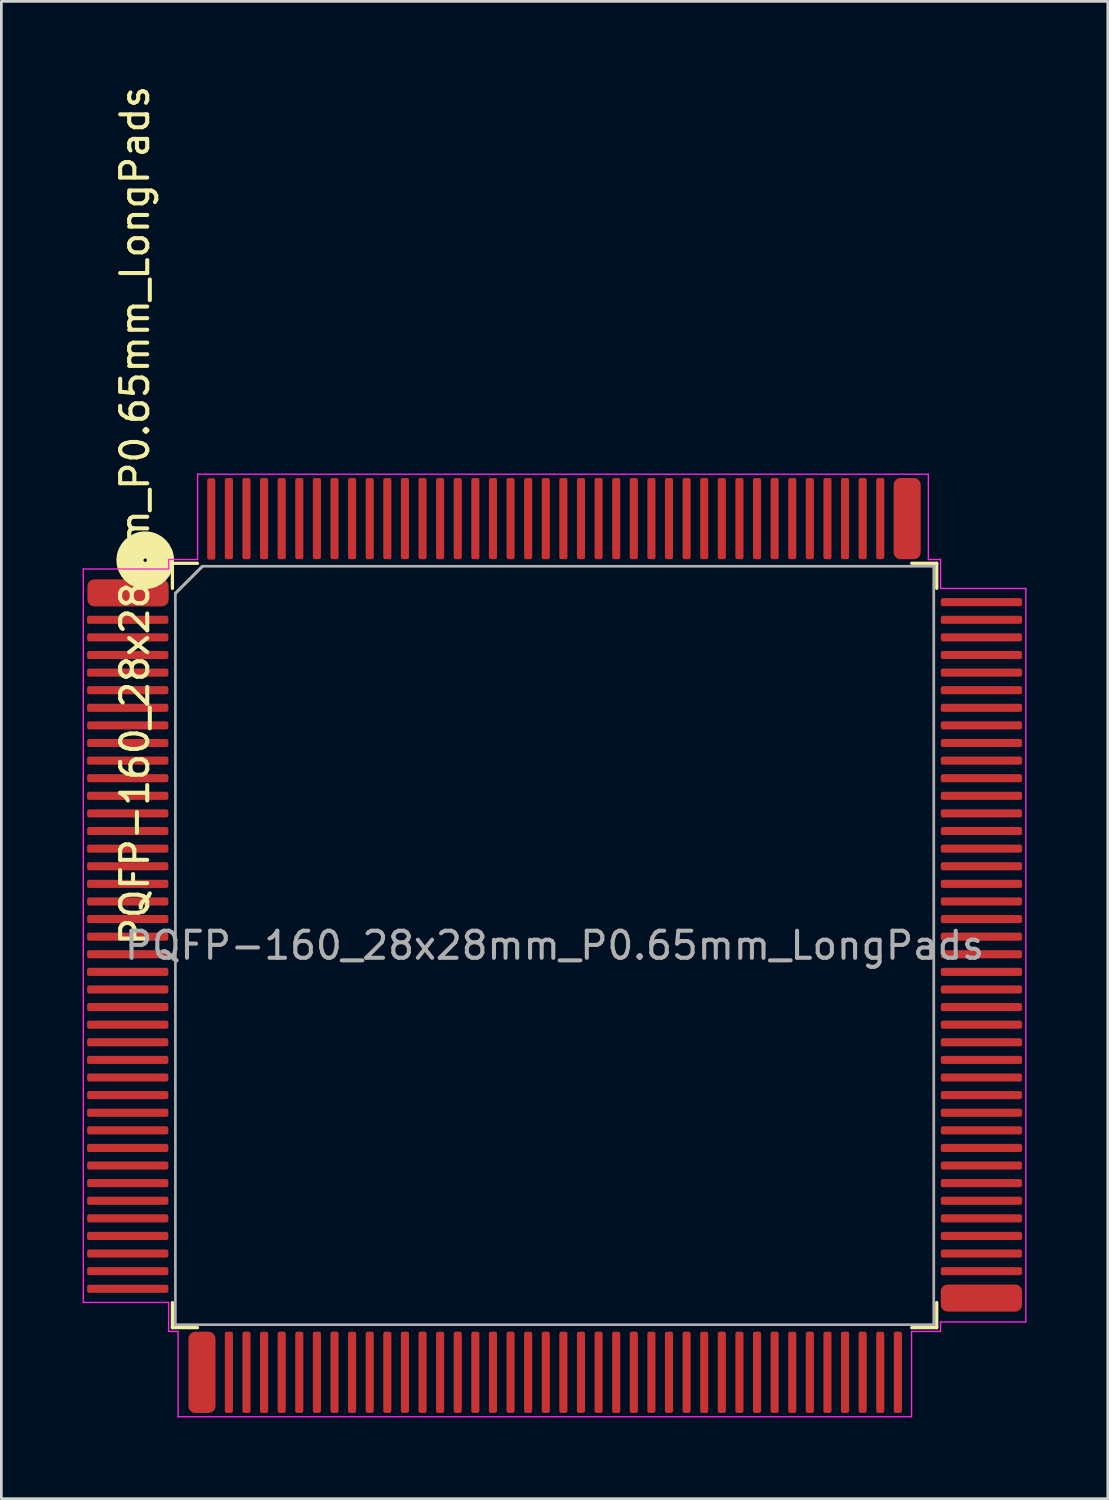
<source format=kicad_pcb>
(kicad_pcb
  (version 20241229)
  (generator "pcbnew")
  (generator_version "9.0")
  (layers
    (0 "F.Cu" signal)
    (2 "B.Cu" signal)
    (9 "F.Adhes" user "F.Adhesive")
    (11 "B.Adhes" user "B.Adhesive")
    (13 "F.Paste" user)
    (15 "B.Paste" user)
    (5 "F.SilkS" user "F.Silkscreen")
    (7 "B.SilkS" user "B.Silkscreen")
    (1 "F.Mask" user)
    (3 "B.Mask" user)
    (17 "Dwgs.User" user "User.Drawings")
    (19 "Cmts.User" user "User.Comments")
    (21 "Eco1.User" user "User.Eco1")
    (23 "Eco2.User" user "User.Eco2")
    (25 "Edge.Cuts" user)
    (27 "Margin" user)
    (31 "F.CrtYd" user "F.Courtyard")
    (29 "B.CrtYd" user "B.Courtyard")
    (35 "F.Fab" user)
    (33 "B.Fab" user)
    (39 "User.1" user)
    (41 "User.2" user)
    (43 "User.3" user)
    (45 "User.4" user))
  (footprint "PQFP-160_28x28mm_P0.65mm_LongPads"
    (layer "F.Cu")
    (at 17.425 31.857)
    (property "Reference" "PQFP-160_28x28mm_P0.65mm_LongPads" (at -15.494 -15.875 90) (layer "F.SilkS") (effects (font (size 1 1) (thickness 0.15))))
    (attr smd)
    (fp_line (start -14.11 -14.11) (end -14.11 -13.185) (stroke (width 0.12) (type solid)) (layer "F.SilkS"))
    (fp_line (start -14.11 14.11) (end -14.11 13.185) (stroke (width 0.12) (type solid)) (layer "F.SilkS"))
    (fp_line (start -14 -13) (end -13 -14) (stroke (width 0.1) (type solid)) (layer "F.SilkS"))
    (fp_line (start -13.185 -14.11) (end -14.11 -14.11) (stroke (width 0.12) (type solid)) (layer "F.SilkS"))
    (fp_line (start -13.185 14.11) (end -14.11 14.11) (stroke (width 0.12) (type solid)) (layer "F.SilkS"))
    (fp_line (start 13.185 -14.11) (end 14.11 -14.11) (stroke (width 0.12) (type solid)) (layer "F.SilkS"))
    (fp_line (start 13.185 14.11) (end 14.11 14.11) (stroke (width 0.12) (type solid)) (layer "F.SilkS"))
    (fp_line (start 14.11 -14.11) (end 14.11 -13.185) (stroke (width 0.12) (type solid)) (layer "F.SilkS"))
    (fp_line (start 14.11 14.11) (end 14.11 13.185) (stroke (width 0.12) (type solid)) (layer "F.SilkS"))
    (fp_circle (center -15.113 -14.224) (end -15.05 -14.224) (stroke (width 1) (type solid)) (fill no) (layer "F.SilkS"))
    (fp_line (start -17.4 -13.9) (end -17.4 0) (stroke (width 0.05) (type solid)) (layer "F.CrtYd"))
    (fp_line (start -17.4 13.18) (end -17.4 0) (stroke (width 0.05) (type solid)) (layer "F.CrtYd"))
    (fp_line (start -14.25 -14.25) (end -14.25 -13.9) (stroke (width 0.05) (type solid)) (layer "F.CrtYd"))
    (fp_line (start -14.25 -13.9) (end -17.4 -13.9) (stroke (width 0.05) (type solid)) (layer "F.CrtYd"))
    (fp_line (start -14.25 13.18) (end -17.4 13.18) (stroke (width 0.05) (type solid)) (layer "F.CrtYd"))
    (fp_line (start -14.25 14.25) (end -14.25 13.18) (stroke (width 0.05) (type solid)) (layer "F.CrtYd"))
    (fp_line (start -13.9 14.25) (end -14.25 14.25) (stroke (width 0.05) (type solid)) (layer "F.CrtYd"))
    (fp_line (start -13.9 17.4) (end -13.9 14.25) (stroke (width 0.05) (type solid)) (layer "F.CrtYd"))
    (fp_line (start -13.18 -17.4) (end -13.18 -14.25) (stroke (width 0.05) (type solid)) (layer "F.CrtYd"))
    (fp_line (start -13.18 -14.25) (end -14.25 -14.25) (stroke (width 0.05) (type solid)) (layer "F.CrtYd"))
    (fp_line (start 0 -17.4) (end -13.18 -17.4) (stroke (width 0.05) (type solid)) (layer "F.CrtYd"))
    (fp_line (start 0 -17.4) (end 13.8 -17.4) (stroke (width 0.05) (type solid)) (layer "F.CrtYd"))
    (fp_line (start 0 17.4) (end -13.9 17.4) (stroke (width 0.05) (type solid)) (layer "F.CrtYd"))
    (fp_line (start 0 17.4) (end 13.18 17.4) (stroke (width 0.05) (type solid)) (layer "F.CrtYd"))
    (fp_line (start 13.18 14.25) (end 14.25 14.25) (stroke (width 0.05) (type solid)) (layer "F.CrtYd"))
    (fp_line (start 13.18 17.4) (end 13.18 14.25) (stroke (width 0.05) (type solid)) (layer "F.CrtYd"))
    (fp_line (start 13.8 -17.4) (end 13.8 -14.25) (stroke (width 0.05) (type solid)) (layer "F.CrtYd"))
    (fp_line (start 13.8 -14.25) (end 14.25 -14.25) (stroke (width 0.05) (type solid)) (layer "F.CrtYd"))
    (fp_line (start 14.25 -14.25) (end 14.25 -13.18) (stroke (width 0.05) (type solid)) (layer "F.CrtYd"))
    (fp_line (start 14.25 -13.18) (end 17.4 -13.18) (stroke (width 0.05) (type solid)) (layer "F.CrtYd"))
    (fp_line (start 14.25 13.9) (end 17.4 13.9) (stroke (width 0.05) (type solid)) (layer "F.CrtYd"))
    (fp_line (start 14.25 14.25) (end 14.25 13.9) (stroke (width 0.05) (type solid)) (layer "F.CrtYd"))
    (fp_line (start 17.4 -13.18) (end 17.4 0) (stroke (width 0.05) (type solid)) (layer "F.CrtYd"))
    (fp_line (start 17.4 13.9) (end 17.4 0) (stroke (width 0.05) (type solid)) (layer "F.CrtYd"))
    (fp_line (start -14 -13) (end -13 -14) (stroke (width 0.1) (type solid)) (layer "F.Fab"))
    (fp_line (start -14 14) (end -14 -13) (stroke (width 0.1) (type solid)) (layer "F.Fab"))
    (fp_line (start -13 -14) (end 14 -14) (stroke (width 0.1) (type solid)) (layer "F.Fab"))
    (fp_line (start 14 -14) (end 14 14) (stroke (width 0.1) (type solid)) (layer "F.Fab"))
    (fp_line (start 14 14) (end -14 14) (stroke (width 0.1) (type solid)) (layer "F.Fab"))
    (fp_text user "${REFERENCE}" (at 0 0 180) (layer "F.Fab") (effects (font (size 1 1) (thickness 0.15))))
    (pad "1" smd roundrect (at -15.748 -13.018) (size 3 1) (layers "F.Cu" "F.Mask" "F.Paste") (roundrect_rratio 0.25))
    (pad "2" smd roundrect (at -15.76 -12.025) (size 3 0.3) (layers "F.Cu" "F.Mask" "F.Paste") (roundrect_rratio 0.25))
    (pad "3" smd roundrect (at -15.76 -11.375) (size 3 0.3) (layers "F.Cu" "F.Mask" "F.Paste") (roundrect_rratio 0.25))
    (pad "4" smd roundrect (at -15.76 -10.725) (size 3 0.3) (layers "F.Cu" "F.Mask" "F.Paste") (roundrect_rratio 0.25))
    (pad "5" smd roundrect (at -15.76 -10.075) (size 3 0.3) (layers "F.Cu" "F.Mask" "F.Paste") (roundrect_rratio 0.25))
    (pad "6" smd roundrect (at -15.76 -9.425) (size 3 0.3) (layers "F.Cu" "F.Mask" "F.Paste") (roundrect_rratio 0.25))
    (pad "7" smd roundrect (at -15.76 -8.775) (size 3 0.3) (layers "F.Cu" "F.Mask" "F.Paste") (roundrect_rratio 0.25))
    (pad "8" smd roundrect (at -15.76 -8.125) (size 3 0.3) (layers "F.Cu" "F.Mask" "F.Paste") (roundrect_rratio 0.25))
    (pad "9" smd roundrect (at -15.76 -7.475) (size 3 0.3) (layers "F.Cu" "F.Mask" "F.Paste") (roundrect_rratio 0.25))
    (pad "10" smd roundrect (at -15.76 -6.825) (size 3 0.3) (layers "F.Cu" "F.Mask" "F.Paste") (roundrect_rratio 0.25))
    (pad "11" smd roundrect (at -15.76 -6.175) (size 3 0.3) (layers "F.Cu" "F.Mask" "F.Paste") (roundrect_rratio 0.25))
    (pad "12" smd roundrect (at -15.76 -5.525) (size 3 0.3) (layers "F.Cu" "F.Mask" "F.Paste") (roundrect_rratio 0.25))
    (pad "13" smd roundrect (at -15.76 -4.875) (size 3 0.3) (layers "F.Cu" "F.Mask" "F.Paste") (roundrect_rratio 0.25))
    (pad "14" smd roundrect (at -15.76 -4.225) (size 3 0.3) (layers "F.Cu" "F.Mask" "F.Paste") (roundrect_rratio 0.25))
    (pad "15" smd roundrect (at -15.76 -3.575) (size 3 0.3) (layers "F.Cu" "F.Mask" "F.Paste") (roundrect_rratio 0.25))
    (pad "16" smd roundrect (at -15.76 -2.925) (size 3 0.3) (layers "F.Cu" "F.Mask" "F.Paste") (roundrect_rratio 0.25))
    (pad "17" smd roundrect (at -15.76 -2.275) (size 3 0.3) (layers "F.Cu" "F.Mask" "F.Paste") (roundrect_rratio 0.25))
    (pad "18" smd roundrect (at -15.76 -1.625) (size 3 0.3) (layers "F.Cu" "F.Mask" "F.Paste") (roundrect_rratio 0.25))
    (pad "19" smd roundrect (at -15.76 -0.975) (size 3 0.3) (layers "F.Cu" "F.Mask" "F.Paste") (roundrect_rratio 0.25))
    (pad "20" smd roundrect (at -15.76 -0.325) (size 3 0.3) (layers "F.Cu" "F.Mask" "F.Paste") (roundrect_rratio 0.25))
    (pad "21" smd roundrect (at -15.76 0.325) (size 3 0.3) (layers "F.Cu" "F.Mask" "F.Paste") (roundrect_rratio 0.25))
    (pad "22" smd roundrect (at -15.76 0.975) (size 3 0.3) (layers "F.Cu" "F.Mask" "F.Paste") (roundrect_rratio 0.25))
    (pad "23" smd roundrect (at -15.76 1.625) (size 3 0.3) (layers "F.Cu" "F.Mask" "F.Paste") (roundrect_rratio 0.25))
    (pad "24" smd roundrect (at -15.76 2.275) (size 3 0.3) (layers "F.Cu" "F.Mask" "F.Paste") (roundrect_rratio 0.25))
    (pad "25" smd roundrect (at -15.76 2.925) (size 3 0.3) (layers "F.Cu" "F.Mask" "F.Paste") (roundrect_rratio 0.25))
    (pad "26" smd roundrect (at -15.76 3.575) (size 3 0.3) (layers "F.Cu" "F.Mask" "F.Paste") (roundrect_rratio 0.25))
    (pad "27" smd roundrect (at -15.76 4.225) (size 3 0.3) (layers "F.Cu" "F.Mask" "F.Paste") (roundrect_rratio 0.25))
    (pad "28" smd roundrect (at -15.76 4.875) (size 3 0.3) (layers "F.Cu" "F.Mask" "F.Paste") (roundrect_rratio 0.25))
    (pad "29" smd roundrect (at -15.76 5.525) (size 3 0.3) (layers "F.Cu" "F.Mask" "F.Paste") (roundrect_rratio 0.25))
    (pad "30" smd roundrect (at -15.76 6.175) (size 3 0.3) (layers "F.Cu" "F.Mask" "F.Paste") (roundrect_rratio 0.25))
    (pad "31" smd roundrect (at -15.76 6.825) (size 3 0.3) (layers "F.Cu" "F.Mask" "F.Paste") (roundrect_rratio 0.25))
    (pad "32" smd roundrect (at -15.76 7.475) (size 3 0.3) (layers "F.Cu" "F.Mask" "F.Paste") (roundrect_rratio 0.25))
    (pad "33" smd roundrect (at -15.76 8.125) (size 3 0.3) (layers "F.Cu" "F.Mask" "F.Paste") (roundrect_rratio 0.25))
    (pad "34" smd roundrect (at -15.76 8.775) (size 3 0.3) (layers "F.Cu" "F.Mask" "F.Paste") (roundrect_rratio 0.25))
    (pad "35" smd roundrect (at -15.76 9.425) (size 3 0.3) (layers "F.Cu" "F.Mask" "F.Paste") (roundrect_rratio 0.25))
    (pad "36" smd roundrect (at -15.76 10.075) (size 3 0.3) (layers "F.Cu" "F.Mask" "F.Paste") (roundrect_rratio 0.25))
    (pad "37" smd roundrect (at -15.76 10.725) (size 3 0.3) (layers "F.Cu" "F.Mask" "F.Paste") (roundrect_rratio 0.25))
    (pad "38" smd roundrect (at -15.76 11.375) (size 3 0.3) (layers "F.Cu" "F.Mask" "F.Paste") (roundrect_rratio 0.25))
    (pad "39" smd roundrect (at -15.76 12.025) (size 3 0.3) (layers "F.Cu" "F.Mask" "F.Paste") (roundrect_rratio 0.25))
    (pad "40" smd roundrect (at -15.76 12.675) (size 3 0.3) (layers "F.Cu" "F.Mask" "F.Paste") (roundrect_rratio 0.25))
    (pad "41" smd roundrect (at -13.018 15.76) (size 1 3) (layers "F.Cu" "F.Mask" "F.Paste") (roundrect_rratio 0.25))
    (pad "42" smd roundrect (at -12.025 15.76) (size 0.3 3) (layers "F.Cu" "F.Mask" "F.Paste") (roundrect_rratio 0.25))
    (pad "43" smd roundrect (at -11.375 15.76) (size 0.3 3) (layers "F.Cu" "F.Mask" "F.Paste") (roundrect_rratio 0.25))
    (pad "44" smd roundrect (at -10.725 15.76) (size 0.3 3) (layers "F.Cu" "F.Mask" "F.Paste") (roundrect_rratio 0.25))
    (pad "45" smd roundrect (at -10.075 15.76) (size 0.3 3) (layers "F.Cu" "F.Mask" "F.Paste") (roundrect_rratio 0.25))
    (pad "46" smd roundrect (at -9.425 15.76) (size 0.3 3) (layers "F.Cu" "F.Mask" "F.Paste") (roundrect_rratio 0.25))
    (pad "47" smd roundrect (at -8.775 15.76) (size 0.3 3) (layers "F.Cu" "F.Mask" "F.Paste") (roundrect_rratio 0.25))
    (pad "48" smd roundrect (at -8.125 15.76) (size 0.3 3) (layers "F.Cu" "F.Mask" "F.Paste") (roundrect_rratio 0.25))
    (pad "49" smd roundrect (at -7.475 15.76) (size 0.3 3) (layers "F.Cu" "F.Mask" "F.Paste") (roundrect_rratio 0.25))
    (pad "50" smd roundrect (at -6.825 15.76) (size 0.3 3) (layers "F.Cu" "F.Mask" "F.Paste") (roundrect_rratio 0.25))
    (pad "51" smd roundrect (at -6.175 15.76) (size 0.3 3) (layers "F.Cu" "F.Mask" "F.Paste") (roundrect_rratio 0.25))
    (pad "52" smd roundrect (at -5.525 15.76) (size 0.3 3) (layers "F.Cu" "F.Mask" "F.Paste") (roundrect_rratio 0.25))
    (pad "53" smd roundrect (at -4.875 15.76) (size 0.3 3) (layers "F.Cu" "F.Mask" "F.Paste") (roundrect_rratio 0.25))
    (pad "54" smd roundrect (at -4.225 15.76) (size 0.3 3) (layers "F.Cu" "F.Mask" "F.Paste") (roundrect_rratio 0.25))
    (pad "55" smd roundrect (at -3.575 15.76) (size 0.3 3) (layers "F.Cu" "F.Mask" "F.Paste") (roundrect_rratio 0.25))
    (pad "56" smd roundrect (at -2.925 15.76) (size 0.3 3) (layers "F.Cu" "F.Mask" "F.Paste") (roundrect_rratio 0.25))
    (pad "57" smd roundrect (at -2.275 15.76) (size 0.3 3) (layers "F.Cu" "F.Mask" "F.Paste") (roundrect_rratio 0.25))
    (pad "58" smd roundrect (at -1.625 15.76) (size 0.3 3) (layers "F.Cu" "F.Mask" "F.Paste") (roundrect_rratio 0.25))
    (pad "59" smd roundrect (at -0.975 15.76) (size 0.3 3) (layers "F.Cu" "F.Mask" "F.Paste") (roundrect_rratio 0.25))
    (pad "60" smd roundrect (at -0.325 15.76) (size 0.3 3) (layers "F.Cu" "F.Mask" "F.Paste") (roundrect_rratio 0.25))
    (pad "61" smd roundrect (at 0.325 15.76) (size 0.3 3) (layers "F.Cu" "F.Mask" "F.Paste") (roundrect_rratio 0.25))
    (pad "62" smd roundrect (at 0.975 15.76) (size 0.3 3) (layers "F.Cu" "F.Mask" "F.Paste") (roundrect_rratio 0.25))
    (pad "63" smd roundrect (at 1.625 15.76) (size 0.3 3) (layers "F.Cu" "F.Mask" "F.Paste") (roundrect_rratio 0.25))
    (pad "64" smd roundrect (at 2.275 15.76) (size 0.3 3) (layers "F.Cu" "F.Mask" "F.Paste") (roundrect_rratio 0.25))
    (pad "65" smd roundrect (at 2.925 15.76) (size 0.3 3) (layers "F.Cu" "F.Mask" "F.Paste") (roundrect_rratio 0.25))
    (pad "66" smd roundrect (at 3.575 15.76) (size 0.3 3) (layers "F.Cu" "F.Mask" "F.Paste") (roundrect_rratio 0.25))
    (pad "67" smd roundrect (at 4.225 15.76) (size 0.3 3) (layers "F.Cu" "F.Mask" "F.Paste") (roundrect_rratio 0.25))
    (pad "68" smd roundrect (at 4.875 15.76) (size 0.3 3) (layers "F.Cu" "F.Mask" "F.Paste") (roundrect_rratio 0.25))
    (pad "69" smd roundrect (at 5.525 15.76) (size 0.3 3) (layers "F.Cu" "F.Mask" "F.Paste") (roundrect_rratio 0.25))
    (pad "70" smd roundrect (at 6.175 15.76) (size 0.3 3) (layers "F.Cu" "F.Mask" "F.Paste") (roundrect_rratio 0.25))
    (pad "71" smd roundrect (at 6.825 15.76) (size 0.3 3) (layers "F.Cu" "F.Mask" "F.Paste") (roundrect_rratio 0.25))
    (pad "72" smd roundrect (at 7.475 15.76) (size 0.3 3) (layers "F.Cu" "F.Mask" "F.Paste") (roundrect_rratio 0.25))
    (pad "73" smd roundrect (at 8.125 15.76) (size 0.3 3) (layers "F.Cu" "F.Mask" "F.Paste") (roundrect_rratio 0.25))
    (pad "74" smd roundrect (at 8.775 15.76) (size 0.3 3) (layers "F.Cu" "F.Mask" "F.Paste") (roundrect_rratio 0.25))
    (pad "75" smd roundrect (at 9.425 15.76) (size 0.3 3) (layers "F.Cu" "F.Mask" "F.Paste") (roundrect_rratio 0.25))
    (pad "76" smd roundrect (at 10.075 15.76) (size 0.3 3) (layers "F.Cu" "F.Mask" "F.Paste") (roundrect_rratio 0.25))
    (pad "77" smd roundrect (at 10.725 15.76) (size 0.3 3) (layers "F.Cu" "F.Mask" "F.Paste") (roundrect_rratio 0.25))
    (pad "78" smd roundrect (at 11.375 15.76) (size 0.3 3) (layers "F.Cu" "F.Mask" "F.Paste") (roundrect_rratio 0.25))
    (pad "79" smd roundrect (at 12.025 15.76) (size 0.3 3) (layers "F.Cu" "F.Mask" "F.Paste") (roundrect_rratio 0.25))
    (pad "80" smd roundrect (at 12.675 15.76) (size 0.3 3) (layers "F.Cu" "F.Mask" "F.Paste") (roundrect_rratio 0.25))
    (pad "81" smd roundrect (at 15.76 13.018) (size 3 1) (layers "F.Cu" "F.Mask" "F.Paste") (roundrect_rratio 0.25))
    (pad "82" smd roundrect (at 15.76 12.025) (size 3 0.3) (layers "F.Cu" "F.Mask" "F.Paste") (roundrect_rratio 0.25))
    (pad "83" smd roundrect (at 15.76 11.375) (size 3 0.3) (layers "F.Cu" "F.Mask" "F.Paste") (roundrect_rratio 0.25))
    (pad "84" smd roundrect (at 15.76 10.725) (size 3 0.3) (layers "F.Cu" "F.Mask" "F.Paste") (roundrect_rratio 0.25))
    (pad "85" smd roundrect (at 15.76 10.075) (size 3 0.3) (layers "F.Cu" "F.Mask" "F.Paste") (roundrect_rratio 0.25))
    (pad "86" smd roundrect (at 15.76 9.425) (size 3 0.3) (layers "F.Cu" "F.Mask" "F.Paste") (roundrect_rratio 0.25))
    (pad "87" smd roundrect (at 15.76 8.775) (size 3 0.3) (layers "F.Cu" "F.Mask" "F.Paste") (roundrect_rratio 0.25))
    (pad "88" smd roundrect (at 15.76 8.125) (size 3 0.3) (layers "F.Cu" "F.Mask" "F.Paste") (roundrect_rratio 0.25))
    (pad "89" smd roundrect (at 15.76 7.475) (size 3 0.3) (layers "F.Cu" "F.Mask" "F.Paste") (roundrect_rratio 0.25))
    (pad "90" smd roundrect (at 15.76 6.825) (size 3 0.3) (layers "F.Cu" "F.Mask" "F.Paste") (roundrect_rratio 0.25))
    (pad "91" smd roundrect (at 15.76 6.175) (size 3 0.3) (layers "F.Cu" "F.Mask" "F.Paste") (roundrect_rratio 0.25))
    (pad "92" smd roundrect (at 15.76 5.525) (size 3 0.3) (layers "F.Cu" "F.Mask" "F.Paste") (roundrect_rratio 0.25))
    (pad "93" smd roundrect (at 15.76 4.875) (size 3 0.3) (layers "F.Cu" "F.Mask" "F.Paste") (roundrect_rratio 0.25))
    (pad "94" smd roundrect (at 15.76 4.225) (size 3 0.3) (layers "F.Cu" "F.Mask" "F.Paste") (roundrect_rratio 0.25))
    (pad "95" smd roundrect (at 15.76 3.575) (size 3 0.3) (layers "F.Cu" "F.Mask" "F.Paste") (roundrect_rratio 0.25))
    (pad "96" smd roundrect (at 15.76 2.925) (size 3 0.3) (layers "F.Cu" "F.Mask" "F.Paste") (roundrect_rratio 0.25))
    (pad "97" smd roundrect (at 15.76 2.275) (size 3 0.3) (layers "F.Cu" "F.Mask" "F.Paste") (roundrect_rratio 0.25))
    (pad "98" smd roundrect (at 15.76 1.625) (size 3 0.3) (layers "F.Cu" "F.Mask" "F.Paste") (roundrect_rratio 0.25))
    (pad "99" smd roundrect (at 15.76 0.975) (size 3 0.3) (layers "F.Cu" "F.Mask" "F.Paste") (roundrect_rratio 0.25))
    (pad "100" smd roundrect (at 15.76 0.325) (size 3 0.3) (layers "F.Cu" "F.Mask" "F.Paste") (roundrect_rratio 0.25))
    (pad "101" smd roundrect (at 15.76 -0.325) (size 3 0.3) (layers "F.Cu" "F.Mask" "F.Paste") (roundrect_rratio 0.25))
    (pad "102" smd roundrect (at 15.76 -0.975) (size 3 0.3) (layers "F.Cu" "F.Mask" "F.Paste") (roundrect_rratio 0.25))
    (pad "103" smd roundrect (at 15.76 -1.625) (size 3 0.3) (layers "F.Cu" "F.Mask" "F.Paste") (roundrect_rratio 0.25))
    (pad "104" smd roundrect (at 15.76 -2.275) (size 3 0.3) (layers "F.Cu" "F.Mask" "F.Paste") (roundrect_rratio 0.25))
    (pad "105" smd roundrect (at 15.76 -2.925) (size 3 0.3) (layers "F.Cu" "F.Mask" "F.Paste") (roundrect_rratio 0.25))
    (pad "106" smd roundrect (at 15.76 -3.575) (size 3 0.3) (layers "F.Cu" "F.Mask" "F.Paste") (roundrect_rratio 0.25))
    (pad "107" smd roundrect (at 15.76 -4.225) (size 3 0.3) (layers "F.Cu" "F.Mask" "F.Paste") (roundrect_rratio 0.25))
    (pad "108" smd roundrect (at 15.76 -4.875) (size 3 0.3) (layers "F.Cu" "F.Mask" "F.Paste") (roundrect_rratio 0.25))
    (pad "109" smd roundrect (at 15.76 -5.525) (size 3 0.3) (layers "F.Cu" "F.Mask" "F.Paste") (roundrect_rratio 0.25))
    (pad "110" smd roundrect (at 15.76 -6.175) (size 3 0.3) (layers "F.Cu" "F.Mask" "F.Paste") (roundrect_rratio 0.25))
    (pad "111" smd roundrect (at 15.76 -6.825) (size 3 0.3) (layers "F.Cu" "F.Mask" "F.Paste") (roundrect_rratio 0.25))
    (pad "112" smd roundrect (at 15.76 -7.475) (size 3 0.3) (layers "F.Cu" "F.Mask" "F.Paste") (roundrect_rratio 0.25))
    (pad "113" smd roundrect (at 15.76 -8.125) (size 3 0.3) (layers "F.Cu" "F.Mask" "F.Paste") (roundrect_rratio 0.25))
    (pad "114" smd roundrect (at 15.76 -8.775) (size 3 0.3) (layers "F.Cu" "F.Mask" "F.Paste") (roundrect_rratio 0.25))
    (pad "115" smd roundrect (at 15.76 -9.425) (size 3 0.3) (layers "F.Cu" "F.Mask" "F.Paste") (roundrect_rratio 0.25))
    (pad "116" smd roundrect (at 15.76 -10.075) (size 3 0.3) (layers "F.Cu" "F.Mask" "F.Paste") (roundrect_rratio 0.25))
    (pad "117" smd roundrect (at 15.76 -10.725) (size 3 0.3) (layers "F.Cu" "F.Mask" "F.Paste") (roundrect_rratio 0.25))
    (pad "118" smd roundrect (at 15.76 -11.375) (size 3 0.3) (layers "F.Cu" "F.Mask" "F.Paste") (roundrect_rratio 0.25))
    (pad "119" smd roundrect (at 15.76 -12.025) (size 3 0.3) (layers "F.Cu" "F.Mask" "F.Paste") (roundrect_rratio 0.25))
    (pad "120" smd roundrect (at 15.76 -12.675) (size 3 0.3) (layers "F.Cu" "F.Mask" "F.Paste") (roundrect_rratio 0.25))
    (pad "121" smd roundrect (at 13.018 -15.76) (size 1 3) (layers "F.Cu" "F.Mask" "F.Paste") (roundrect_rratio 0.25))
    (pad "122" smd roundrect (at 12.025 -15.76) (size 0.3 3) (layers "F.Cu" "F.Mask" "F.Paste") (roundrect_rratio 0.25))
    (pad "123" smd roundrect (at 11.375 -15.76) (size 0.3 3) (layers "F.Cu" "F.Mask" "F.Paste") (roundrect_rratio 0.25))
    (pad "124" smd roundrect (at 10.725 -15.76) (size 0.3 3) (layers "F.Cu" "F.Mask" "F.Paste") (roundrect_rratio 0.25))
    (pad "125" smd roundrect (at 10.075 -15.76) (size 0.3 3) (layers "F.Cu" "F.Mask" "F.Paste") (roundrect_rratio 0.25))
    (pad "126" smd roundrect (at 9.425 -15.76) (size 0.3 3) (layers "F.Cu" "F.Mask" "F.Paste") (roundrect_rratio 0.25))
    (pad "127" smd roundrect (at 8.775 -15.76) (size 0.3 3) (layers "F.Cu" "F.Mask" "F.Paste") (roundrect_rratio 0.25))
    (pad "128" smd roundrect (at 8.125 -15.76) (size 0.3 3) (layers "F.Cu" "F.Mask" "F.Paste") (roundrect_rratio 0.25))
    (pad "129" smd roundrect (at 7.475 -15.76) (size 0.3 3) (layers "F.Cu" "F.Mask" "F.Paste") (roundrect_rratio 0.25))
    (pad "130" smd roundrect (at 6.825 -15.76) (size 0.3 3) (layers "F.Cu" "F.Mask" "F.Paste") (roundrect_rratio 0.25))
    (pad "131" smd roundrect (at 6.175 -15.76) (size 0.3 3) (layers "F.Cu" "F.Mask" "F.Paste") (roundrect_rratio 0.25))
    (pad "132" smd roundrect (at 5.525 -15.76) (size 0.3 3) (layers "F.Cu" "F.Mask" "F.Paste") (roundrect_rratio 0.25))
    (pad "133" smd roundrect (at 4.875 -15.76) (size 0.3 3) (layers "F.Cu" "F.Mask" "F.Paste") (roundrect_rratio 0.25))
    (pad "134" smd roundrect (at 4.225 -15.76) (size 0.3 3) (layers "F.Cu" "F.Mask" "F.Paste") (roundrect_rratio 0.25))
    (pad "135" smd roundrect (at 3.575 -15.76) (size 0.3 3) (layers "F.Cu" "F.Mask" "F.Paste") (roundrect_rratio 0.25))
    (pad "136" smd roundrect (at 2.925 -15.76) (size 0.3 3) (layers "F.Cu" "F.Mask" "F.Paste") (roundrect_rratio 0.25))
    (pad "137" smd roundrect (at 2.275 -15.76) (size 0.3 3) (layers "F.Cu" "F.Mask" "F.Paste") (roundrect_rratio 0.25))
    (pad "138" smd roundrect (at 1.625 -15.76) (size 0.3 3) (layers "F.Cu" "F.Mask" "F.Paste") (roundrect_rratio 0.25))
    (pad "139" smd roundrect (at 0.975 -15.76) (size 0.3 3) (layers "F.Cu" "F.Mask" "F.Paste") (roundrect_rratio 0.25))
    (pad "140" smd roundrect (at 0.325 -15.76) (size 0.3 3) (layers "F.Cu" "F.Mask" "F.Paste") (roundrect_rratio 0.25))
    (pad "141" smd roundrect (at -0.325 -15.76) (size 0.3 3) (layers "F.Cu" "F.Mask" "F.Paste") (roundrect_rratio 0.25))
    (pad "142" smd roundrect (at -0.975 -15.76) (size 0.3 3) (layers "F.Cu" "F.Mask" "F.Paste") (roundrect_rratio 0.25))
    (pad "143" smd roundrect (at -1.625 -15.76) (size 0.3 3) (layers "F.Cu" "F.Mask" "F.Paste") (roundrect_rratio 0.25))
    (pad "144" smd roundrect (at -2.275 -15.76) (size 0.3 3) (layers "F.Cu" "F.Mask" "F.Paste") (roundrect_rratio 0.25))
    (pad "145" smd roundrect (at -2.925 -15.76) (size 0.3 3) (layers "F.Cu" "F.Mask" "F.Paste") (roundrect_rratio 0.25))
    (pad "146" smd roundrect (at -3.575 -15.76) (size 0.3 3) (layers "F.Cu" "F.Mask" "F.Paste") (roundrect_rratio 0.25))
    (pad "147" smd roundrect (at -4.225 -15.76) (size 0.3 3) (layers "F.Cu" "F.Mask" "F.Paste") (roundrect_rratio 0.25))
    (pad "148" smd roundrect (at -4.875 -15.76) (size 0.3 3) (layers "F.Cu" "F.Mask" "F.Paste") (roundrect_rratio 0.25))
    (pad "149" smd roundrect (at -5.525 -15.76) (size 0.3 3) (layers "F.Cu" "F.Mask" "F.Paste") (roundrect_rratio 0.25))
    (pad "150" smd roundrect (at -6.175 -15.76) (size 0.3 3) (layers "F.Cu" "F.Mask" "F.Paste") (roundrect_rratio 0.25))
    (pad "151" smd roundrect (at -6.825 -15.76) (size 0.3 3) (layers "F.Cu" "F.Mask" "F.Paste") (roundrect_rratio 0.25))
    (pad "152" smd roundrect (at -7.475 -15.76) (size 0.3 3) (layers "F.Cu" "F.Mask" "F.Paste") (roundrect_rratio 0.25))
    (pad "153" smd roundrect (at -8.125 -15.76) (size 0.3 3) (layers "F.Cu" "F.Mask" "F.Paste") (roundrect_rratio 0.25))
    (pad "154" smd roundrect (at -8.775 -15.76) (size 0.3 3) (layers "F.Cu" "F.Mask" "F.Paste") (roundrect_rratio 0.25))
    (pad "155" smd roundrect (at -9.425 -15.76) (size 0.3 3) (layers "F.Cu" "F.Mask" "F.Paste") (roundrect_rratio 0.25))
    (pad "156" smd roundrect (at -10.075 -15.76) (size 0.3 3) (layers "F.Cu" "F.Mask" "F.Paste") (roundrect_rratio 0.25))
    (pad "157" smd roundrect (at -10.725 -15.76) (size 0.3 3) (layers "F.Cu" "F.Mask" "F.Paste") (roundrect_rratio 0.25))
    (pad "158" smd roundrect (at -11.375 -15.76) (size 0.3 3) (layers "F.Cu" "F.Mask" "F.Paste") (roundrect_rratio 0.25))
    (pad "159" smd roundrect (at -12.025 -15.76) (size 0.3 3) (layers "F.Cu" "F.Mask" "F.Paste") (roundrect_rratio 0.25))
    (pad "160" smd roundrect (at -12.675 -15.748) (size 0.3 3) (layers "F.Cu" "F.Mask" "F.Paste") (roundrect_rratio 0.25)))
  (gr_rect
    (start -3 -3)
    (end 37.85 52.282)
    (stroke (width 0.1) (type default))
    (fill no)
    (layer "Edge.Cuts")))
</source>
